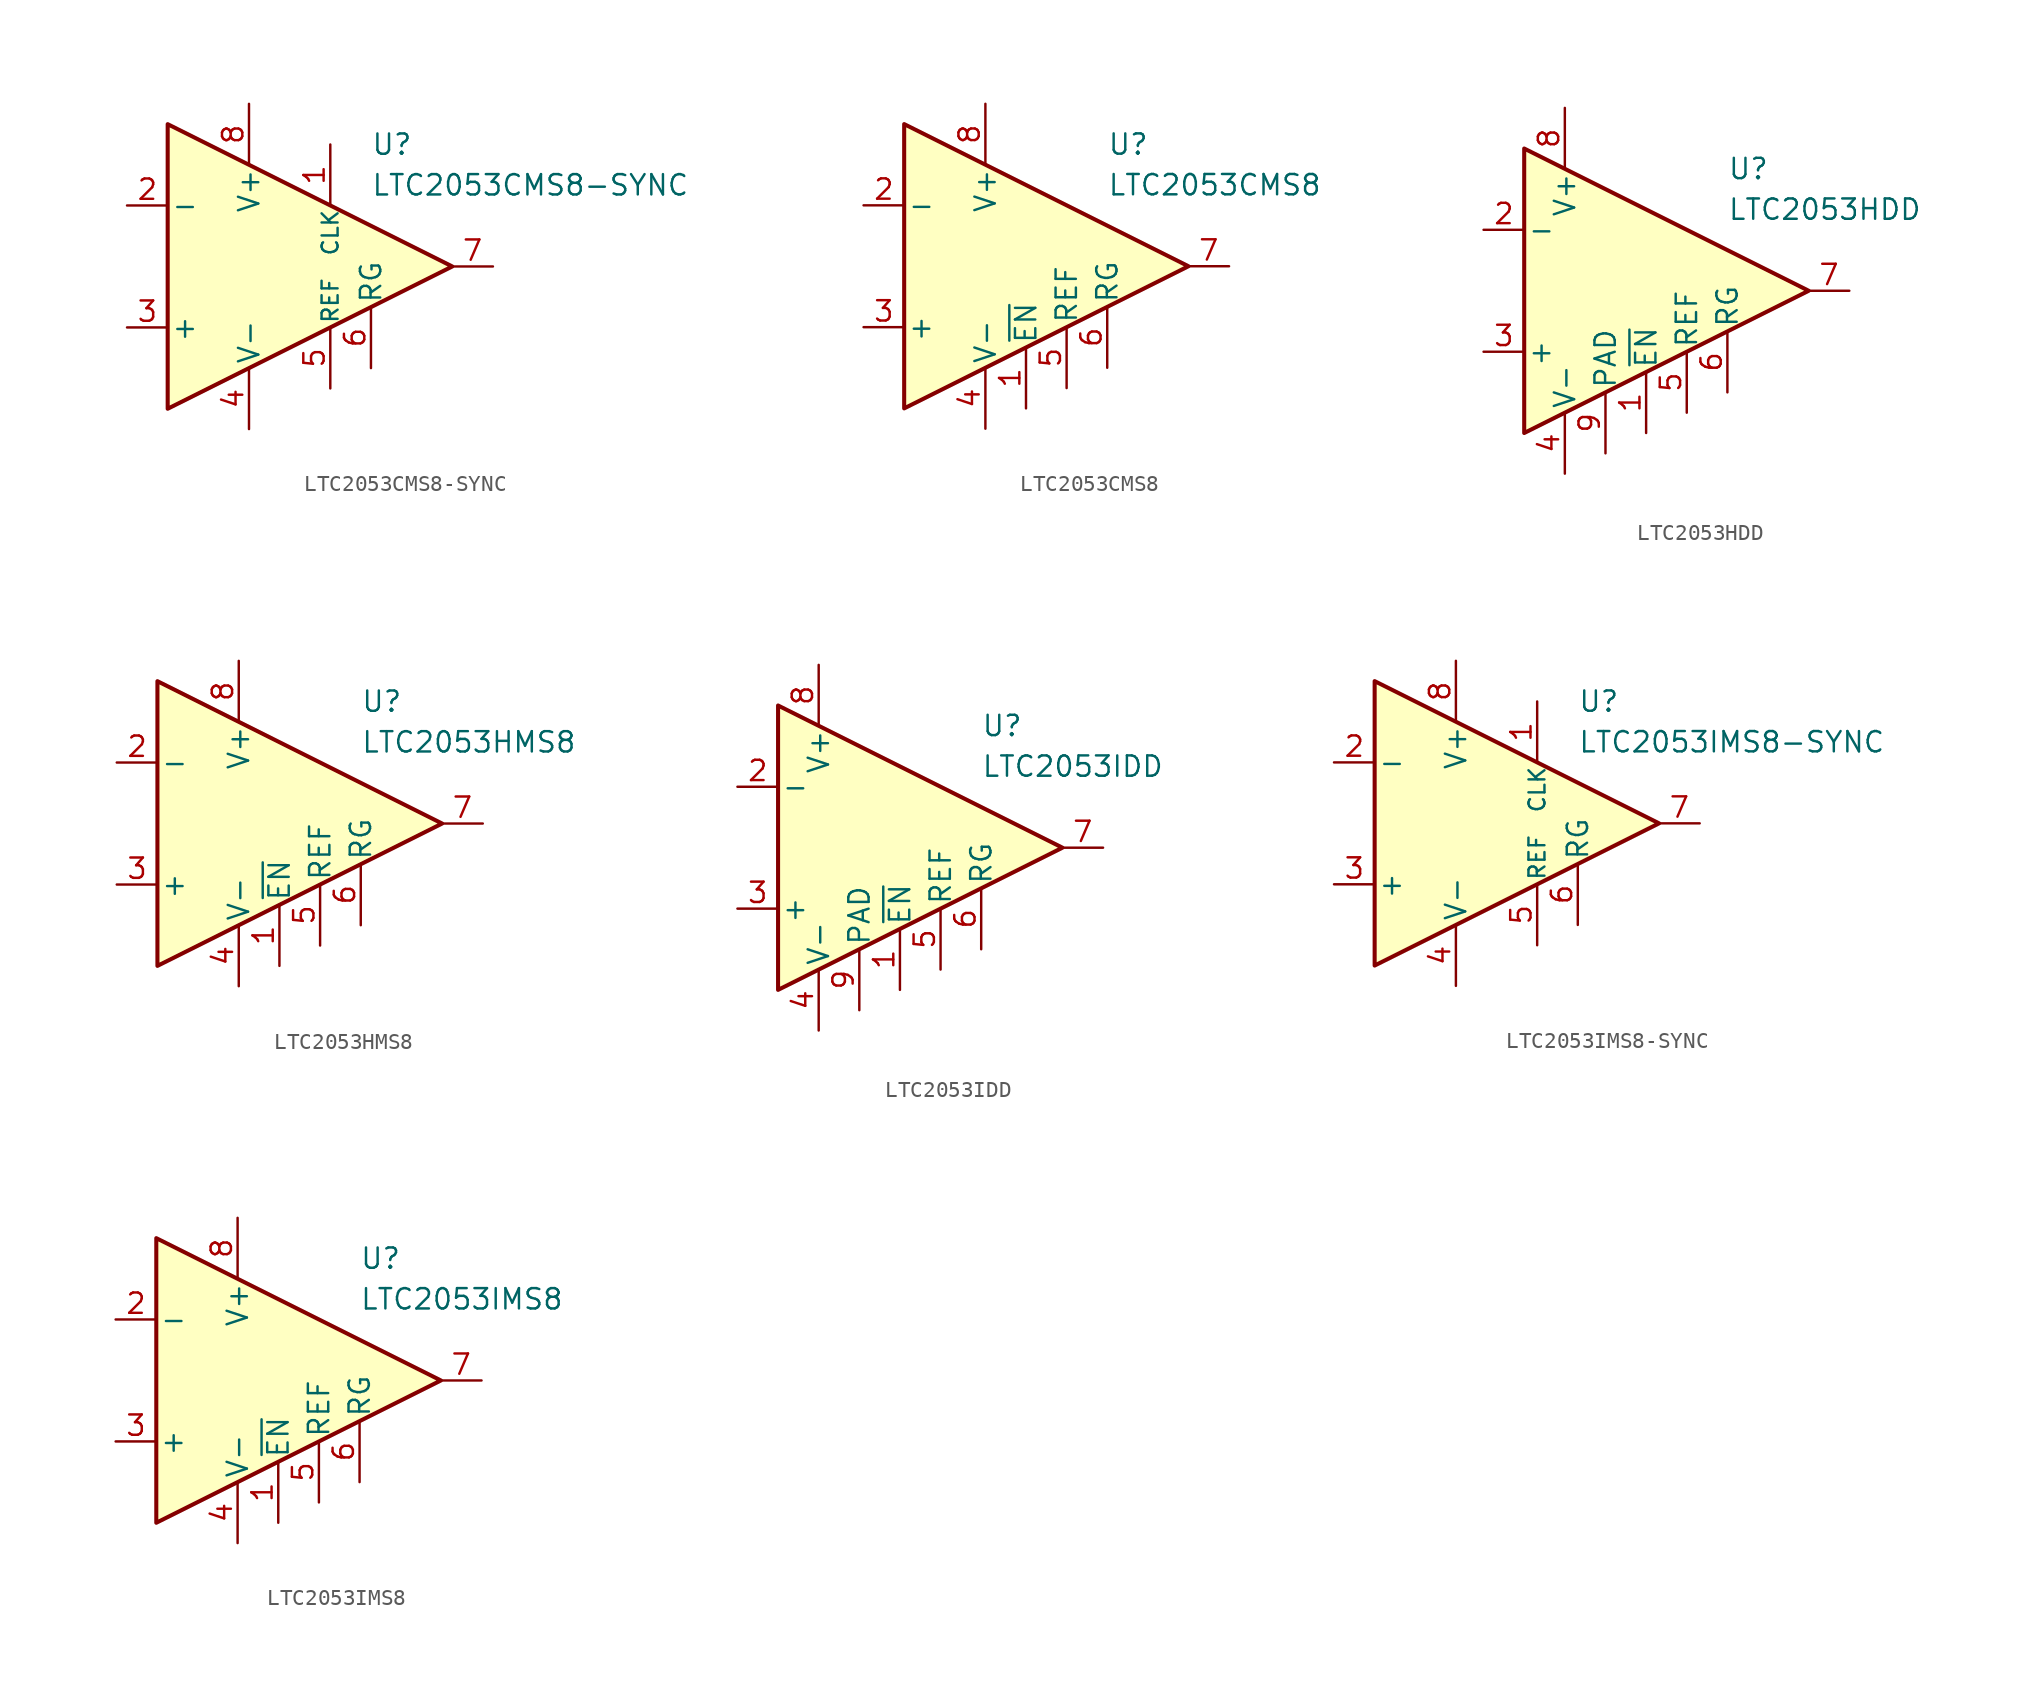
<source format=kicad_sym>
(kicad_symbol_lib
  (version 20231120)
  (generator "kicad_symbol_editor")
  (generator_version "8.0")
  (symbol "LTC2053CMS8-SYNC"
    (pin_names
      (offset 0.2))
    (property "Reference" "U"
      (at 6.35 7.62 0)
      (effects (font (size 1.27 1.27)) (justify left)))
    (property "Value" "LTC2053CMS8-SYNC"
      (at 6.35 5.08 0)
      (effects (font (size 1.27 1.27)) (justify left)))
    (symbol "LTC2053CMS8-SYNC_0_1"
      (polyline (pts (xy -6.35 8.89) (xy -6.35 -8.89) (xy 11.43 0) (xy -6.35 8.89)) (stroke (width 0.254) (type default)) (fill (type background))))
    (symbol "LTC2053CMS8-SYNC_1_1"
      (pin input line (at 3.81 7.62 270) (length 3.81) (name "CLK" (effects (font (size 1 1)))) (number "1" (effects (font (size 1.27 1.27)))))
      (pin input line (at -8.89 3.81 0) (length 2.54) (name "-" (effects (font (size 1.27 1.27)))) (number "2" (effects (font (size 1.27 1.27)))))
      (pin input line (at -8.89 -3.81 0) (length 2.54) (name "+" (effects (font (size 1.27 1.27)))) (number "3" (effects (font (size 1.27 1.27)))))
      (pin power_in line (at -1.27 -10.16 90) (length 3.81) (name "V-" (effects (font (size 1.27 1.27)))) (number "4" (effects (font (size 1.27 1.27)))))
      (pin input line (at 3.81 -7.62 90) (length 3.81) (name "REF" (effects (font (size 1 1)))) (number "5" (effects (font (size 1.27 1.27)))))
      (pin passive line (at 6.35 -6.35 90) (length 3.81) (name "RG" (effects (font (size 1.27 1.27)))) (number "6" (effects (font (size 1.27 1.27)))))
      (pin output line (at 13.97 0 180) (length 2.54) (name "~" (effects (font (size 1.27 1.27)))) (number "7" (effects (font (size 1.27 1.27)))))
      (pin power_in line (at -1.27 10.16 270) (length 3.81) (name "V+" (effects (font (size 1.27 1.27)))) (number "8" (effects (font (size 1.27 1.27)))))))
  (symbol "LTC2053CMS8"
    (pin_names
      (offset 0.2))
    (property "Reference" "U"
      (at 6.35 7.62 0)
      (effects (font (size 1.27 1.27)) (justify left)))
    (property "Value" "LTC2053CMS8"
      (at 6.35 5.08 0)
      (effects (font (size 1.27 1.27)) (justify left)))
    (symbol "LTC2053CMS8_0_1"
      (polyline (pts (xy -6.35 8.89) (xy -6.35 -8.89) (xy 11.43 0) (xy -6.35 8.89)) (stroke (width 0.254) (type default)) (fill (type background))))
    (symbol "LTC2053CMS8_1_1"
      (pin input line (at 1.27 -8.89 90) (length 3.81) (name "~{EN}" (effects (font (size 1.27 1.27)))) (number "1" (effects (font (size 1.27 1.27)))))
      (pin input line (at -8.89 3.81 0) (length 2.54) (name "-" (effects (font (size 1.27 1.27)))) (number "2" (effects (font (size 1.27 1.27)))))
      (pin input line (at -8.89 -3.81 0) (length 2.54) (name "+" (effects (font (size 1.27 1.27)))) (number "3" (effects (font (size 1.27 1.27)))))
      (pin power_in line (at -1.27 -10.16 90) (length 3.81) (name "V-" (effects (font (size 1.27 1.27)))) (number "4" (effects (font (size 1.27 1.27)))))
      (pin input line (at 3.81 -7.62 90) (length 3.81) (name "REF" (effects (font (size 1.27 1.27)))) (number "5" (effects (font (size 1.27 1.27)))))
      (pin passive line (at 6.35 -6.35 90) (length 3.81) (name "RG" (effects (font (size 1.27 1.27)))) (number "6" (effects (font (size 1.27 1.27)))))
      (pin output line (at 13.97 0 180) (length 2.54) (name "~" (effects (font (size 1.27 1.27)))) (number "7" (effects (font (size 1.27 1.27)))))
      (pin power_in line (at -1.27 10.16 270) (length 3.81) (name "V+" (effects (font (size 1.27 1.27)))) (number "8" (effects (font (size 1.27 1.27)))))))
  (symbol "LTC2053HDD"
    (pin_names
      (offset 0.2))
    (property "Reference" "U"
      (at 6.35 7.62 0)
      (effects (font (size 1.27 1.27)) (justify left)))
    (property "Value" "LTC2053HDD"
      (at 6.35 5.08 0)
      (effects (font (size 1.27 1.27)) (justify left)))
    (symbol "LTC2053HDD_0_1"
      (polyline (pts (xy -6.35 8.89) (xy -6.35 -8.89) (xy 11.43 0) (xy -6.35 8.89)) (stroke (width 0.254) (type default)) (fill (type background))))
    (symbol "LTC2053HDD_1_1"
      (pin input line (at 1.27 -8.89 90) (length 3.81) (name "~{EN}" (effects (font (size 1.27 1.27)))) (number "1" (effects (font (size 1.27 1.27)))))
      (pin input line (at -8.89 3.81 0) (length 2.54) (name "-" (effects (font (size 1.27 1.27)))) (number "2" (effects (font (size 1.27 1.27)))))
      (pin input line (at -8.89 -3.81 0) (length 2.54) (name "+" (effects (font (size 1.27 1.27)))) (number "3" (effects (font (size 1.27 1.27)))))
      (pin power_in line (at -3.81 -11.43 90) (length 3.81) (name "V-" (effects (font (size 1.27 1.27)))) (number "4" (effects (font (size 1.27 1.27)))))
      (pin input line (at 3.81 -7.62 90) (length 3.81) (name "REF" (effects (font (size 1.27 1.27)))) (number "5" (effects (font (size 1.27 1.27)))))
      (pin passive line (at 6.35 -6.35 90) (length 3.81) (name "RG" (effects (font (size 1.27 1.27)))) (number "6" (effects (font (size 1.27 1.27)))))
      (pin output line (at 13.97 0 180) (length 2.54) (name "~" (effects (font (size 1.27 1.27)))) (number "7" (effects (font (size 1.27 1.27)))))
      (pin power_in line (at -3.81 11.43 270) (length 3.81) (name "V+" (effects (font (size 1.27 1.27)))) (number "8" (effects (font (size 1.27 1.27)))))
      (pin power_in line (at -1.27 -10.16 90) (length 3.81) (name "PAD" (effects (font (size 1.27 1.27)))) (number "9" (effects (font (size 1.27 1.27)))))))
  (symbol "LTC2053HMS8"
    (pin_names
      (offset 0.2))
    (property "Reference" "U"
      (at 6.35 7.62 0)
      (effects (font (size 1.27 1.27)) (justify left)))
    (property "Value" "LTC2053HMS8"
      (at 6.35 5.08 0)
      (effects (font (size 1.27 1.27)) (justify left)))
    (symbol "LTC2053HMS8_0_1"
      (polyline (pts (xy -6.35 8.89) (xy -6.35 -8.89) (xy 11.43 0) (xy -6.35 8.89)) (stroke (width 0.254) (type default)) (fill (type background))))
    (symbol "LTC2053HMS8_1_1"
      (pin input line (at 1.27 -8.89 90) (length 3.81) (name "~{EN}" (effects (font (size 1.27 1.27)))) (number "1" (effects (font (size 1.27 1.27)))))
      (pin input line (at -8.89 3.81 0) (length 2.54) (name "-" (effects (font (size 1.27 1.27)))) (number "2" (effects (font (size 1.27 1.27)))))
      (pin input line (at -8.89 -3.81 0) (length 2.54) (name "+" (effects (font (size 1.27 1.27)))) (number "3" (effects (font (size 1.27 1.27)))))
      (pin power_in line (at -1.27 -10.16 90) (length 3.81) (name "V-" (effects (font (size 1.27 1.27)))) (number "4" (effects (font (size 1.27 1.27)))))
      (pin input line (at 3.81 -7.62 90) (length 3.81) (name "REF" (effects (font (size 1.27 1.27)))) (number "5" (effects (font (size 1.27 1.27)))))
      (pin passive line (at 6.35 -6.35 90) (length 3.81) (name "RG" (effects (font (size 1.27 1.27)))) (number "6" (effects (font (size 1.27 1.27)))))
      (pin output line (at 13.97 0 180) (length 2.54) (name "~" (effects (font (size 1.27 1.27)))) (number "7" (effects (font (size 1.27 1.27)))))
      (pin power_in line (at -1.27 10.16 270) (length 3.81) (name "V+" (effects (font (size 1.27 1.27)))) (number "8" (effects (font (size 1.27 1.27)))))))
  (symbol "LTC2053IDD"
    (pin_names
      (offset 0.2))
    (property "Reference" "U"
      (at 6.35 7.62 0)
      (effects (font (size 1.27 1.27)) (justify left)))
    (property "Value" "LTC2053IDD"
      (at 6.35 5.08 0)
      (effects (font (size 1.27 1.27)) (justify left)))
    (symbol "LTC2053IDD_0_1"
      (polyline (pts (xy -6.35 8.89) (xy -6.35 -8.89) (xy 11.43 0) (xy -6.35 8.89)) (stroke (width 0.254) (type default)) (fill (type background))))
    (symbol "LTC2053IDD_1_1"
      (pin input line (at 1.27 -8.89 90) (length 3.81) (name "~{EN}" (effects (font (size 1.27 1.27)))) (number "1" (effects (font (size 1.27 1.27)))))
      (pin input line (at -8.89 3.81 0) (length 2.54) (name "-" (effects (font (size 1.27 1.27)))) (number "2" (effects (font (size 1.27 1.27)))))
      (pin input line (at -8.89 -3.81 0) (length 2.54) (name "+" (effects (font (size 1.27 1.27)))) (number "3" (effects (font (size 1.27 1.27)))))
      (pin power_in line (at -3.81 -11.43 90) (length 3.81) (name "V-" (effects (font (size 1.27 1.27)))) (number "4" (effects (font (size 1.27 1.27)))))
      (pin input line (at 3.81 -7.62 90) (length 3.81) (name "REF" (effects (font (size 1.27 1.27)))) (number "5" (effects (font (size 1.27 1.27)))))
      (pin passive line (at 6.35 -6.35 90) (length 3.81) (name "RG" (effects (font (size 1.27 1.27)))) (number "6" (effects (font (size 1.27 1.27)))))
      (pin output line (at 13.97 0 180) (length 2.54) (name "~" (effects (font (size 1.27 1.27)))) (number "7" (effects (font (size 1.27 1.27)))))
      (pin power_in line (at -3.81 11.43 270) (length 3.81) (name "V+" (effects (font (size 1.27 1.27)))) (number "8" (effects (font (size 1.27 1.27)))))
      (pin power_in line (at -1.27 -10.16 90) (length 3.81) (name "PAD" (effects (font (size 1.27 1.27)))) (number "9" (effects (font (size 1.27 1.27)))))))
  (symbol "LTC2053IMS8-SYNC"
    (pin_names
      (offset 0.2))
    (property "Reference" "U"
      (at 6.35 7.62 0)
      (effects (font (size 1.27 1.27)) (justify left)))
    (property "Value" "LTC2053IMS8-SYNC"
      (at 6.35 5.08 0)
      (effects (font (size 1.27 1.27)) (justify left)))
    (symbol "LTC2053IMS8-SYNC_0_1"
      (polyline (pts (xy -6.35 8.89) (xy -6.35 -8.89) (xy 11.43 0) (xy -6.35 8.89)) (stroke (width 0.254) (type default)) (fill (type background))))
    (symbol "LTC2053IMS8-SYNC_1_1"
      (pin input line (at 3.81 7.62 270) (length 3.81) (name "CLK" (effects (font (size 1 1)))) (number "1" (effects (font (size 1.27 1.27)))))
      (pin input line (at -8.89 3.81 0) (length 2.54) (name "-" (effects (font (size 1.27 1.27)))) (number "2" (effects (font (size 1.27 1.27)))))
      (pin input line (at -8.89 -3.81 0) (length 2.54) (name "+" (effects (font (size 1.27 1.27)))) (number "3" (effects (font (size 1.27 1.27)))))
      (pin power_in line (at -1.27 -10.16 90) (length 3.81) (name "V-" (effects (font (size 1.27 1.27)))) (number "4" (effects (font (size 1.27 1.27)))))
      (pin input line (at 3.81 -7.62 90) (length 3.81) (name "REF" (effects (font (size 1 1)))) (number "5" (effects (font (size 1.27 1.27)))))
      (pin passive line (at 6.35 -6.35 90) (length 3.81) (name "RG" (effects (font (size 1.27 1.27)))) (number "6" (effects (font (size 1.27 1.27)))))
      (pin output line (at 13.97 0 180) (length 2.54) (name "~" (effects (font (size 1.27 1.27)))) (number "7" (effects (font (size 1.27 1.27)))))
      (pin power_in line (at -1.27 10.16 270) (length 3.81) (name "V+" (effects (font (size 1.27 1.27)))) (number "8" (effects (font (size 1.27 1.27)))))))
  (symbol "LTC2053IMS8"
    (pin_names
      (offset 0.2))
    (property "Reference" "U"
      (at 6.35 7.62 0)
      (effects (font (size 1.27 1.27)) (justify left)))
    (property "Value" "LTC2053IMS8"
      (at 6.35 5.08 0)
      (effects (font (size 1.27 1.27)) (justify left)))
    (symbol "LTC2053IMS8_0_1"
      (polyline (pts (xy -6.35 8.89) (xy -6.35 -8.89) (xy 11.43 0) (xy -6.35 8.89)) (stroke (width 0.254) (type default)) (fill (type background))))
    (symbol "LTC2053IMS8_1_1"
      (pin input line (at 1.27 -8.89 90) (length 3.81) (name "~{EN}" (effects (font (size 1.27 1.27)))) (number "1" (effects (font (size 1.27 1.27)))))
      (pin input line (at -8.89 3.81 0) (length 2.54) (name "-" (effects (font (size 1.27 1.27)))) (number "2" (effects (font (size 1.27 1.27)))))
      (pin input line (at -8.89 -3.81 0) (length 2.54) (name "+" (effects (font (size 1.27 1.27)))) (number "3" (effects (font (size 1.27 1.27)))))
      (pin power_in line (at -1.27 -10.16 90) (length 3.81) (name "V-" (effects (font (size 1.27 1.27)))) (number "4" (effects (font (size 1.27 1.27)))))
      (pin input line (at 3.81 -7.62 90) (length 3.81) (name "REF" (effects (font (size 1.27 1.27)))) (number "5" (effects (font (size 1.27 1.27)))))
      (pin passive line (at 6.35 -6.35 90) (length 3.81) (name "RG" (effects (font (size 1.27 1.27)))) (number "6" (effects (font (size 1.27 1.27)))))
      (pin output line (at 13.97 0 180) (length 2.54) (name "~" (effects (font (size 1.27 1.27)))) (number "7" (effects (font (size 1.27 1.27)))))
      (pin power_in line (at -1.27 10.16 270) (length 3.81) (name "V+" (effects (font (size 1.27 1.27)))) (number "8" (effects (font (size 1.27 1.27))))))))
</source>
